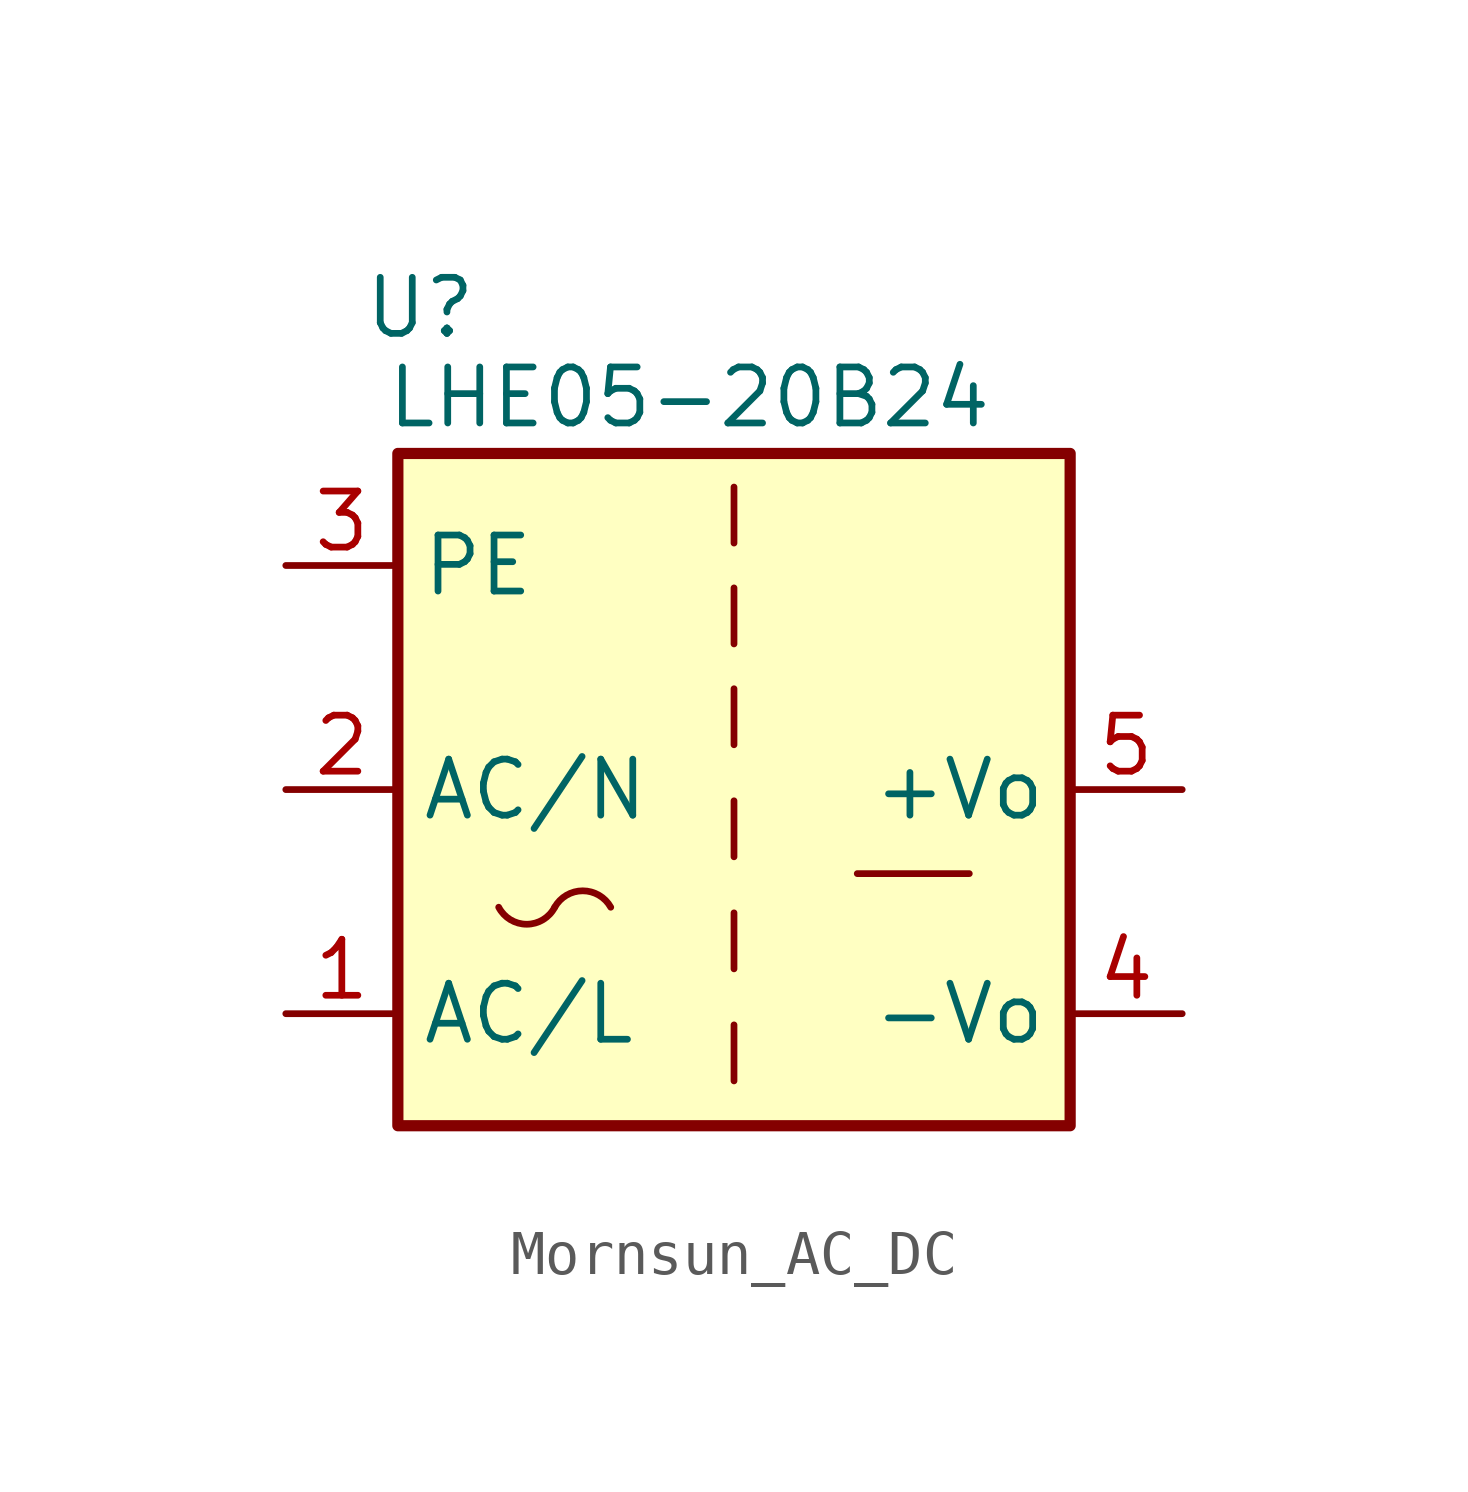
<source format=kicad_sym>
(kicad_symbol_lib
  (version 20241209)
  (generator "kicad_symbol_editor")
  (generator_version "9.0")
  (symbol "Mornsun_AC_DC"
    (property "Reference" "U"
      (at -7.112 10.922 0)
      (effects (font (size 1.27 1.27))))
    (property "Value" "LHE05-20B24"
      (at -1.016 8.89 0)
      (effects (font (size 1.27 1.27))))
    (symbol "Mornsun_AC_DC_0_1"
      (rectangle (start -7.62 7.62) (end 7.62 -7.62) (stroke (width 0.254) (type default)) (fill (type background)))
      (arc (start -4.064 -2.667) (mid -4.699 -3.0525) (end -5.334 -2.667) (stroke (width 0) (type default)) (fill (type none)))
      (arc (start -4.064 -2.667) (mid -3.429 -2.2948) (end -2.794 -2.667) (stroke (width 0) (type default)) (fill (type none)))
      (polyline (pts (xy 0 6.858) (xy 0 5.588)) (stroke (width 0) (type default)) (fill (type none)))
      (polyline (pts (xy 0 4.572) (xy 0 3.302)) (stroke (width 0) (type default)) (fill (type none)))
      (polyline (pts (xy 0 2.286) (xy 0 1.016)) (stroke (width 0) (type default)) (fill (type none)))
      (polyline (pts (xy 0 -0.254) (xy 0 -1.524)) (stroke (width 0) (type default)) (fill (type none)))
      (polyline (pts (xy 0 -2.794) (xy 0 -4.064)) (stroke (width 0) (type default)) (fill (type none)))
      (polyline (pts (xy 0 -5.334) (xy 0 -6.604)) (stroke (width 0) (type default)) (fill (type none)))
      (polyline (pts (xy 2.794 -1.905) (xy 5.334 -1.905)) (stroke (width 0) (type default)) (fill (type none))))
    (symbol "Mornsun_AC_DC_1_1"
      (pin passive line (at -10.16 5.08 0) (length 2.54) (name "PE" (effects (font (size 1.27 1.27)))) (number "3" (effects (font (size 1.27 1.27)))))
      (pin power_in line (at -10.16 0 0) (length 2.54) (name "AC/N" (effects (font (size 1.27 1.27)))) (number "2" (effects (font (size 1.27 1.27)))))
      (pin power_in line (at -10.16 -5.08 0) (length 2.54) (name "AC/L" (effects (font (size 1.27 1.27)))) (number "1" (effects (font (size 1.27 1.27)))))
      (pin power_out line (at 10.16 0 180) (length 2.54) (name "+Vo" (effects (font (size 1.27 1.27)))) (number "5" (effects (font (size 1.27 1.27)))))
      (pin power_out line (at 10.16 -5.08 180) (length 2.54) (name "-Vo" (effects (font (size 1.27 1.27)))) (number "4" (effects (font (size 1.27 1.27))))))))
</source>
